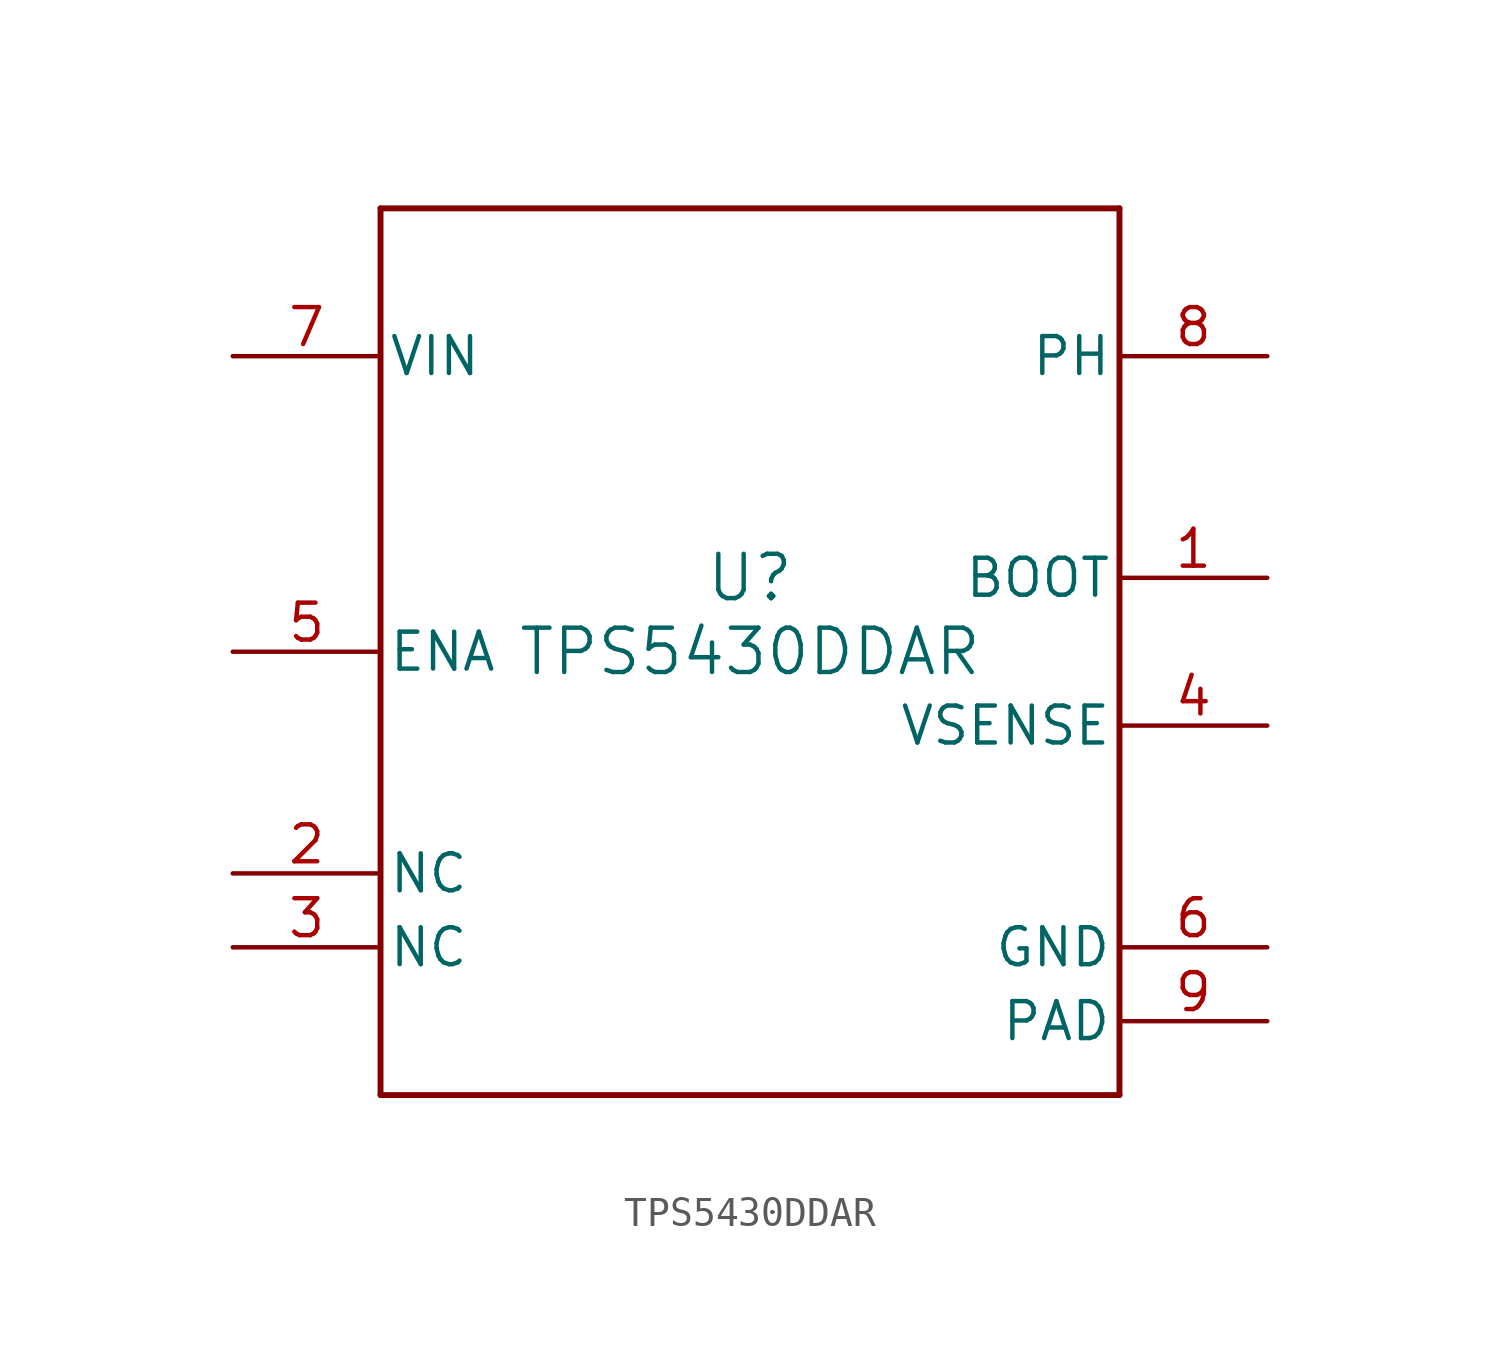
<source format=kicad_sym>
(kicad_symbol_lib
  (version 20211014)
  (generator kicad_symbol_editor)
  (symbol "TPS5430DDAR"
    (pin_names
      (offset 0.254))
    (property "Reference" "U"
      (at 0 2.54 0)
      (effects (font (size 1.524 1.524))))
    (property "Value" "TPS5430DDAR"
      (at 0 0 0)
      (effects (font (size 1.524 1.524))))
    (symbol "TPS5430DDAR_0_1"
      (polyline (pts (xy -12.7 -15.24) (xy 12.7 -15.24)) (stroke (width 0.203) (type default) (color 0 0 0 0)) (fill (type none)))
      (polyline (pts (xy 12.7 -15.24) (xy 12.7 15.24)) (stroke (width 0.203) (type default) (color 0 0 0 0)) (fill (type none)))
      (polyline (pts (xy 12.7 15.24) (xy -12.7 15.24)) (stroke (width 0.203) (type default) (color 0 0 0 0)) (fill (type none)))
      (polyline (pts (xy -12.7 15.24) (xy -12.7 -15.24)) (stroke (width 0.203) (type default) (color 0 0 0 0)) (fill (type none)))
      (pin power_in line (at 17.78 2.54 180) (length 5.08) (name "BOOT" (effects (font (size 1.27 1.27)))) (number "1" (effects (font (size 1.27 1.27)))))
      (pin unspecified line (at -17.78 -7.62 0) (length 5.08) (name "NC" (effects (font (size 1.27 1.27)))) (number "2" (effects (font (size 1.27 1.27)))))
      (pin unspecified line (at -17.78 -10.16 0) (length 5.08) (name "NC" (effects (font (size 1.27 1.27)))) (number "3" (effects (font (size 1.27 1.27)))))
      (pin input line (at 17.78 -2.54 180) (length 5.08) (name "VSENSE" (effects (font (size 1.27 1.27)))) (number "4" (effects (font (size 1.27 1.27)))))
      (pin input line (at -17.78 0 0) (length 5.08) (name "ENA" (effects (font (size 1.27 1.27)))) (number "5" (effects (font (size 1.27 1.27)))))
      (pin power_in line (at 17.78 -10.16 180) (length 5.08) (name "GND" (effects (font (size 1.27 1.27)))) (number "6" (effects (font (size 1.27 1.27)))))
      (pin power_in line (at -17.78 10.16 0) (length 5.08) (name "VIN" (effects (font (size 1.27 1.27)))) (number "7" (effects (font (size 1.27 1.27)))))
      (pin power_in line (at 17.78 10.16 180) (length 5.08) (name "PH" (effects (font (size 1.27 1.27)))) (number "8" (effects (font (size 1.27 1.27)))))
      (pin power_in line (at 17.78 -12.7 180) (length 5.08) (name "PAD" (effects (font (size 1.27 1.27)))) (number "9" (effects (font (size 1.27 1.27))))))))
</source>
